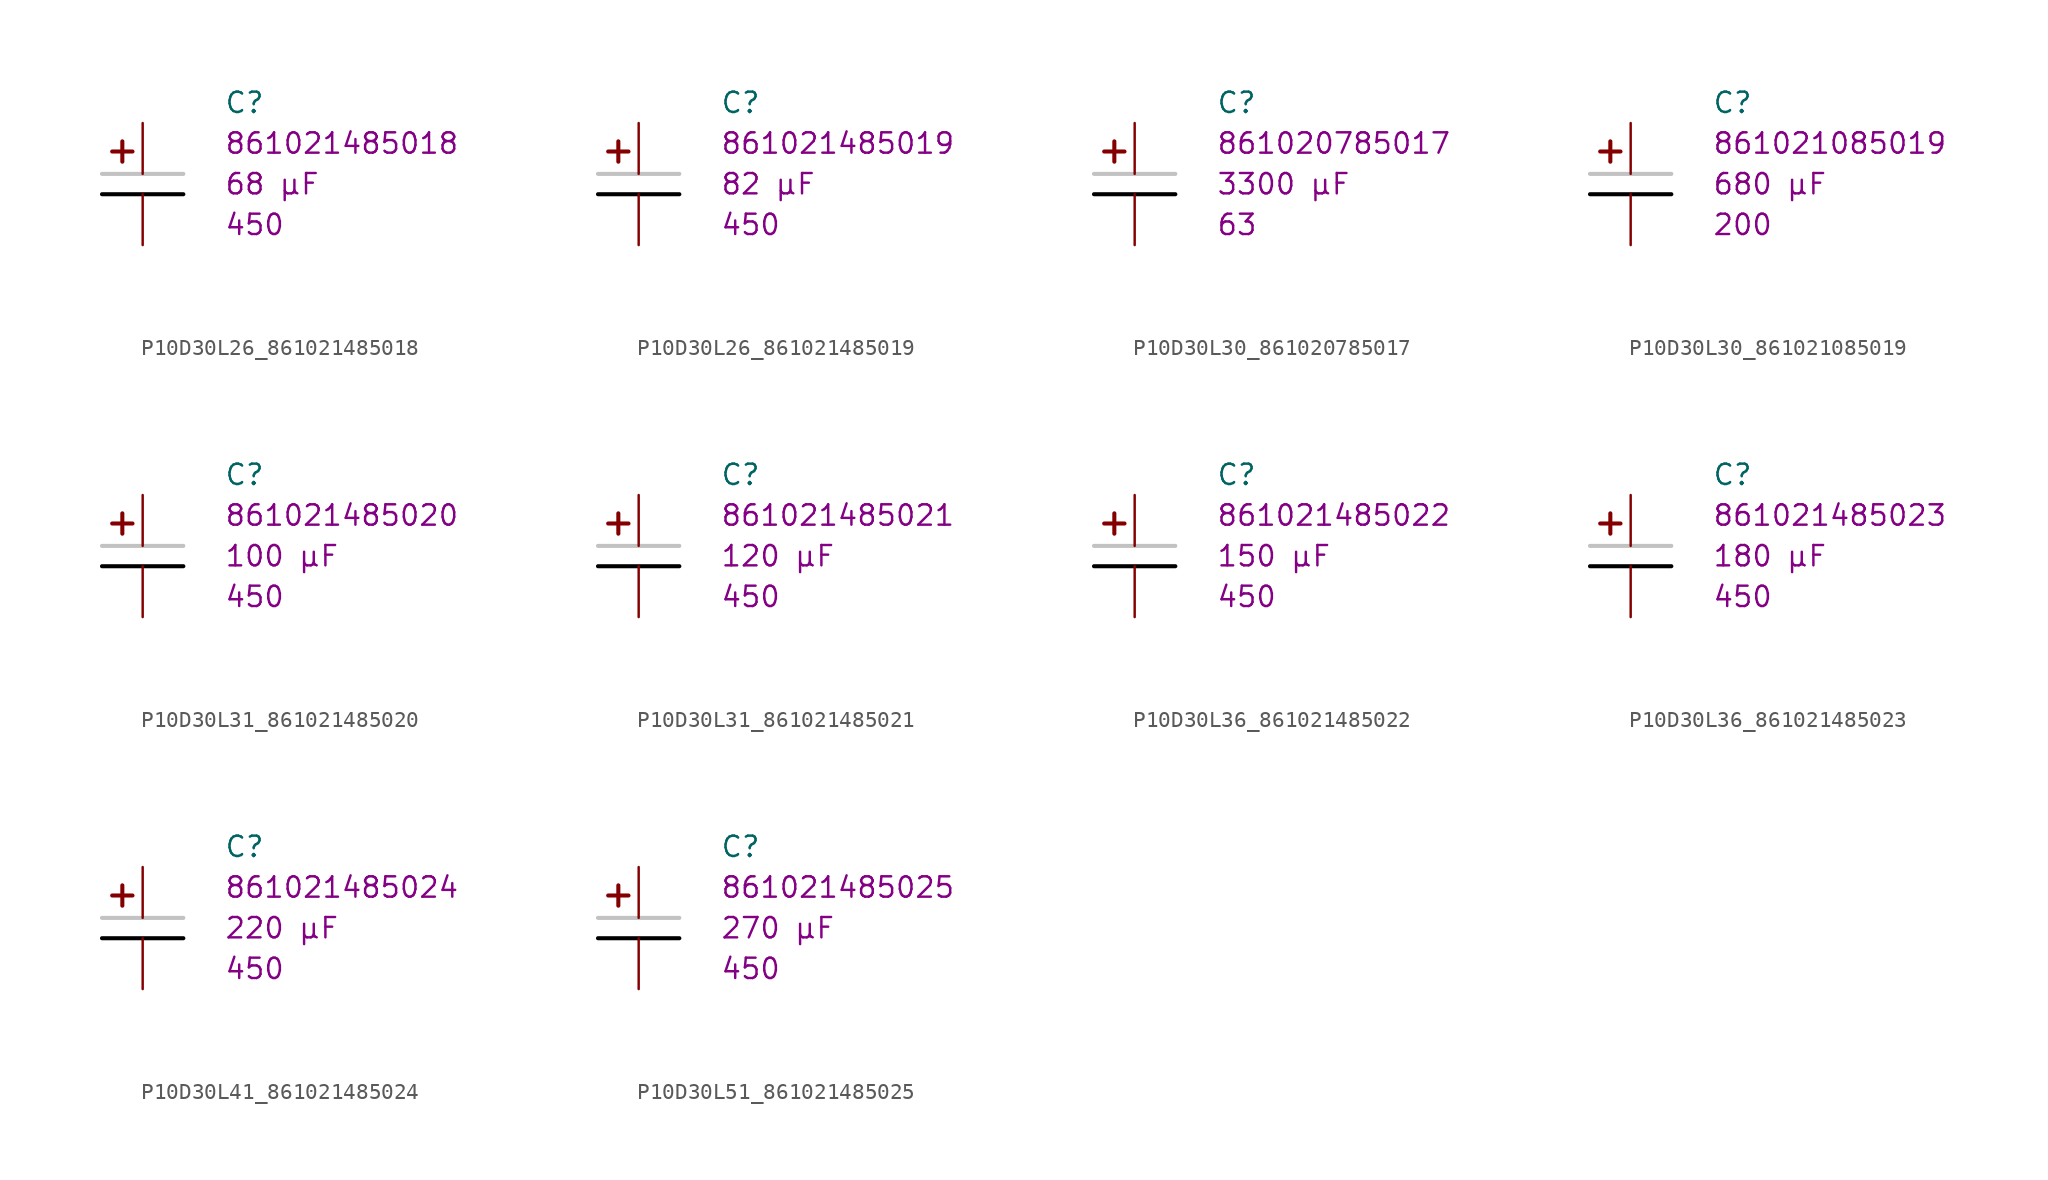
<source format=kicad_sym>
(kicad_symbol_lib
  (version 20220914)
  (generator kicad_symbol_editor)
  (symbol "P10D30L26_861021485018"
    (pin_numbers hide)
    (pin_names hide)
    (property "Reference" "C"
      (at 5.08 5.08 0)
      (effects (font (size 1.27 1.27)) (justify left)))
    (property "Part Number" "861021485018"
      (at 5.08 2.54 0)
      (effects (font (size 1.27 1.27)) (justify left)))
    (property "Capacitance" "68 µF"
      (at 5.08 0 0)
      (effects (font (size 1.27 1.27)) (justify left)))
    (property "Voltage" "450"
      (at 5.08 -2.54 0)
      (effects (font (size 1.27 1.27)) (justify left)))
    (property "Critical Parameter" ""
      (at 0 -7.62 0)
      (effects (font (size 1.27 1.27))))
    (symbol "P10D30L26_861021485018_1_1"
      (polyline (pts (xy -1.27 2.667) (xy -1.27 1.397)) (stroke (width 0.254) (type default)) (fill (type none)))
      (polyline (pts (xy -0.635 2.032) (xy -1.905 2.032)) (stroke (width 0.254) (type default)) (fill (type none)))
      (polyline (pts (xy 2.54 -0.635) (xy -2.54 -0.635)) (stroke (width 0.254) (type default) (color 0 0 0 1)) (fill (type none)))
      (polyline (pts (xy 2.54 0.635) (xy -2.54 0.635)) (stroke (width 0.254) (type default) (color 194 194 194 1)) (fill (type none)))
      (pin passive line (at 0 3.81 270) (length 3.175) (name "1" (effects (font (size 1.27 1.27)))) (number "1" (effects (font (size 1.27 1.27)))))
      (pin passive line (at 0 -3.81 90) (length 3.175) (name "2" (effects (font (size 1.27 1.27)))) (number "2" (effects (font (size 1.27 1.27)))))))
  (symbol "P10D30L26_861021485019"
    (pin_numbers hide)
    (pin_names hide)
    (property "Reference" "C"
      (at 5.08 5.08 0)
      (effects (font (size 1.27 1.27)) (justify left)))
    (property "Part Number" "861021485019"
      (at 5.08 2.54 0)
      (effects (font (size 1.27 1.27)) (justify left)))
    (property "Capacitance" "82 µF"
      (at 5.08 0 0)
      (effects (font (size 1.27 1.27)) (justify left)))
    (property "Voltage" "450"
      (at 5.08 -2.54 0)
      (effects (font (size 1.27 1.27)) (justify left)))
    (property "Critical Parameter" ""
      (at 0 -7.62 0)
      (effects (font (size 1.27 1.27))))
    (symbol "P10D30L26_861021485019_1_1"
      (polyline (pts (xy -1.27 2.667) (xy -1.27 1.397)) (stroke (width 0.254) (type default)) (fill (type none)))
      (polyline (pts (xy -0.635 2.032) (xy -1.905 2.032)) (stroke (width 0.254) (type default)) (fill (type none)))
      (polyline (pts (xy 2.54 -0.635) (xy -2.54 -0.635)) (stroke (width 0.254) (type default) (color 0 0 0 1)) (fill (type none)))
      (polyline (pts (xy 2.54 0.635) (xy -2.54 0.635)) (stroke (width 0.254) (type default) (color 194 194 194 1)) (fill (type none)))
      (pin passive line (at 0 3.81 270) (length 3.175) (name "1" (effects (font (size 1.27 1.27)))) (number "1" (effects (font (size 1.27 1.27)))))
      (pin passive line (at 0 -3.81 90) (length 3.175) (name "2" (effects (font (size 1.27 1.27)))) (number "2" (effects (font (size 1.27 1.27)))))))
  (symbol "P10D30L30_861020785017"
    (pin_numbers hide)
    (pin_names hide)
    (property "Reference" "C"
      (at 5.08 5.08 0)
      (effects (font (size 1.27 1.27)) (justify left)))
    (property "Part Number" "861020785017"
      (at 5.08 2.54 0)
      (effects (font (size 1.27 1.27)) (justify left)))
    (property "Capacitance" "3300 µF"
      (at 5.08 0 0)
      (effects (font (size 1.27 1.27)) (justify left)))
    (property "Voltage" "63"
      (at 5.08 -2.54 0)
      (effects (font (size 1.27 1.27)) (justify left)))
    (property "Critical Parameter" ""
      (at 0 -7.62 0)
      (effects (font (size 1.27 1.27))))
    (symbol "P10D30L30_861020785017_1_1"
      (polyline (pts (xy -1.27 2.667) (xy -1.27 1.397)) (stroke (width 0.254) (type default)) (fill (type none)))
      (polyline (pts (xy -0.635 2.032) (xy -1.905 2.032)) (stroke (width 0.254) (type default)) (fill (type none)))
      (polyline (pts (xy 2.54 -0.635) (xy -2.54 -0.635)) (stroke (width 0.254) (type default) (color 0 0 0 1)) (fill (type none)))
      (polyline (pts (xy 2.54 0.635) (xy -2.54 0.635)) (stroke (width 0.254) (type default) (color 194 194 194 1)) (fill (type none)))
      (pin passive line (at 0 3.81 270) (length 3.175) (name "1" (effects (font (size 1.27 1.27)))) (number "1" (effects (font (size 1.27 1.27)))))
      (pin passive line (at 0 -3.81 90) (length 3.175) (name "2" (effects (font (size 1.27 1.27)))) (number "2" (effects (font (size 1.27 1.27)))))))
  (symbol "P10D30L30_861021085019"
    (pin_numbers hide)
    (pin_names hide)
    (property "Reference" "C"
      (at 5.08 5.08 0)
      (effects (font (size 1.27 1.27)) (justify left)))
    (property "Part Number" "861021085019"
      (at 5.08 2.54 0)
      (effects (font (size 1.27 1.27)) (justify left)))
    (property "Capacitance" "680 µF"
      (at 5.08 0 0)
      (effects (font (size 1.27 1.27)) (justify left)))
    (property "Voltage" "200"
      (at 5.08 -2.54 0)
      (effects (font (size 1.27 1.27)) (justify left)))
    (property "Critical Parameter" ""
      (at 0 -7.62 0)
      (effects (font (size 1.27 1.27))))
    (symbol "P10D30L30_861021085019_1_1"
      (polyline (pts (xy -1.27 2.667) (xy -1.27 1.397)) (stroke (width 0.254) (type default)) (fill (type none)))
      (polyline (pts (xy -0.635 2.032) (xy -1.905 2.032)) (stroke (width 0.254) (type default)) (fill (type none)))
      (polyline (pts (xy 2.54 -0.635) (xy -2.54 -0.635)) (stroke (width 0.254) (type default) (color 0 0 0 1)) (fill (type none)))
      (polyline (pts (xy 2.54 0.635) (xy -2.54 0.635)) (stroke (width 0.254) (type default) (color 194 194 194 1)) (fill (type none)))
      (pin passive line (at 0 3.81 270) (length 3.175) (name "1" (effects (font (size 1.27 1.27)))) (number "1" (effects (font (size 1.27 1.27)))))
      (pin passive line (at 0 -3.81 90) (length 3.175) (name "2" (effects (font (size 1.27 1.27)))) (number "2" (effects (font (size 1.27 1.27)))))))
  (symbol "P10D30L31_861021485020"
    (pin_numbers hide)
    (pin_names hide)
    (property "Reference" "C"
      (at 5.08 5.08 0)
      (effects (font (size 1.27 1.27)) (justify left)))
    (property "Part Number" "861021485020"
      (at 5.08 2.54 0)
      (effects (font (size 1.27 1.27)) (justify left)))
    (property "Capacitance" "100 µF"
      (at 5.08 0 0)
      (effects (font (size 1.27 1.27)) (justify left)))
    (property "Voltage" "450"
      (at 5.08 -2.54 0)
      (effects (font (size 1.27 1.27)) (justify left)))
    (property "Critical Parameter" ""
      (at 0 -7.62 0)
      (effects (font (size 1.27 1.27))))
    (symbol "P10D30L31_861021485020_1_1"
      (polyline (pts (xy -1.27 2.667) (xy -1.27 1.397)) (stroke (width 0.254) (type default)) (fill (type none)))
      (polyline (pts (xy -0.635 2.032) (xy -1.905 2.032)) (stroke (width 0.254) (type default)) (fill (type none)))
      (polyline (pts (xy 2.54 -0.635) (xy -2.54 -0.635)) (stroke (width 0.254) (type default) (color 0 0 0 1)) (fill (type none)))
      (polyline (pts (xy 2.54 0.635) (xy -2.54 0.635)) (stroke (width 0.254) (type default) (color 194 194 194 1)) (fill (type none)))
      (pin passive line (at 0 3.81 270) (length 3.175) (name "1" (effects (font (size 1.27 1.27)))) (number "1" (effects (font (size 1.27 1.27)))))
      (pin passive line (at 0 -3.81 90) (length 3.175) (name "2" (effects (font (size 1.27 1.27)))) (number "2" (effects (font (size 1.27 1.27)))))))
  (symbol "P10D30L31_861021485021"
    (pin_numbers hide)
    (pin_names hide)
    (property "Reference" "C"
      (at 5.08 5.08 0)
      (effects (font (size 1.27 1.27)) (justify left)))
    (property "Part Number" "861021485021"
      (at 5.08 2.54 0)
      (effects (font (size 1.27 1.27)) (justify left)))
    (property "Capacitance" "120 µF"
      (at 5.08 0 0)
      (effects (font (size 1.27 1.27)) (justify left)))
    (property "Voltage" "450"
      (at 5.08 -2.54 0)
      (effects (font (size 1.27 1.27)) (justify left)))
    (property "Critical Parameter" ""
      (at 0 -7.62 0)
      (effects (font (size 1.27 1.27))))
    (symbol "P10D30L31_861021485021_1_1"
      (polyline (pts (xy -1.27 2.667) (xy -1.27 1.397)) (stroke (width 0.254) (type default)) (fill (type none)))
      (polyline (pts (xy -0.635 2.032) (xy -1.905 2.032)) (stroke (width 0.254) (type default)) (fill (type none)))
      (polyline (pts (xy 2.54 -0.635) (xy -2.54 -0.635)) (stroke (width 0.254) (type default) (color 0 0 0 1)) (fill (type none)))
      (polyline (pts (xy 2.54 0.635) (xy -2.54 0.635)) (stroke (width 0.254) (type default) (color 194 194 194 1)) (fill (type none)))
      (pin passive line (at 0 3.81 270) (length 3.175) (name "1" (effects (font (size 1.27 1.27)))) (number "1" (effects (font (size 1.27 1.27)))))
      (pin passive line (at 0 -3.81 90) (length 3.175) (name "2" (effects (font (size 1.27 1.27)))) (number "2" (effects (font (size 1.27 1.27)))))))
  (symbol "P10D30L36_861021485022"
    (pin_numbers hide)
    (pin_names hide)
    (property "Reference" "C"
      (at 5.08 5.08 0)
      (effects (font (size 1.27 1.27)) (justify left)))
    (property "Part Number" "861021485022"
      (at 5.08 2.54 0)
      (effects (font (size 1.27 1.27)) (justify left)))
    (property "Capacitance" "150 µF"
      (at 5.08 0 0)
      (effects (font (size 1.27 1.27)) (justify left)))
    (property "Voltage" "450"
      (at 5.08 -2.54 0)
      (effects (font (size 1.27 1.27)) (justify left)))
    (property "Critical Parameter" ""
      (at 0 -7.62 0)
      (effects (font (size 1.27 1.27))))
    (symbol "P10D30L36_861021485022_1_1"
      (polyline (pts (xy -1.27 2.667) (xy -1.27 1.397)) (stroke (width 0.254) (type default)) (fill (type none)))
      (polyline (pts (xy -0.635 2.032) (xy -1.905 2.032)) (stroke (width 0.254) (type default)) (fill (type none)))
      (polyline (pts (xy 2.54 -0.635) (xy -2.54 -0.635)) (stroke (width 0.254) (type default) (color 0 0 0 1)) (fill (type none)))
      (polyline (pts (xy 2.54 0.635) (xy -2.54 0.635)) (stroke (width 0.254) (type default) (color 194 194 194 1)) (fill (type none)))
      (pin passive line (at 0 3.81 270) (length 3.175) (name "1" (effects (font (size 1.27 1.27)))) (number "1" (effects (font (size 1.27 1.27)))))
      (pin passive line (at 0 -3.81 90) (length 3.175) (name "2" (effects (font (size 1.27 1.27)))) (number "2" (effects (font (size 1.27 1.27)))))))
  (symbol "P10D30L36_861021485023"
    (pin_numbers hide)
    (pin_names hide)
    (property "Reference" "C"
      (at 5.08 5.08 0)
      (effects (font (size 1.27 1.27)) (justify left)))
    (property "Part Number" "861021485023"
      (at 5.08 2.54 0)
      (effects (font (size 1.27 1.27)) (justify left)))
    (property "Capacitance" "180 µF"
      (at 5.08 0 0)
      (effects (font (size 1.27 1.27)) (justify left)))
    (property "Voltage" "450"
      (at 5.08 -2.54 0)
      (effects (font (size 1.27 1.27)) (justify left)))
    (property "Critical Parameter" ""
      (at 0 -7.62 0)
      (effects (font (size 1.27 1.27))))
    (symbol "P10D30L36_861021485023_1_1"
      (polyline (pts (xy -1.27 2.667) (xy -1.27 1.397)) (stroke (width 0.254) (type default)) (fill (type none)))
      (polyline (pts (xy -0.635 2.032) (xy -1.905 2.032)) (stroke (width 0.254) (type default)) (fill (type none)))
      (polyline (pts (xy 2.54 -0.635) (xy -2.54 -0.635)) (stroke (width 0.254) (type default) (color 0 0 0 1)) (fill (type none)))
      (polyline (pts (xy 2.54 0.635) (xy -2.54 0.635)) (stroke (width 0.254) (type default) (color 194 194 194 1)) (fill (type none)))
      (pin passive line (at 0 3.81 270) (length 3.175) (name "1" (effects (font (size 1.27 1.27)))) (number "1" (effects (font (size 1.27 1.27)))))
      (pin passive line (at 0 -3.81 90) (length 3.175) (name "2" (effects (font (size 1.27 1.27)))) (number "2" (effects (font (size 1.27 1.27)))))))
  (symbol "P10D30L41_861021485024"
    (pin_numbers hide)
    (pin_names hide)
    (property "Reference" "C"
      (at 5.08 5.08 0)
      (effects (font (size 1.27 1.27)) (justify left)))
    (property "Part Number" "861021485024"
      (at 5.08 2.54 0)
      (effects (font (size 1.27 1.27)) (justify left)))
    (property "Capacitance" "220 µF"
      (at 5.08 0 0)
      (effects (font (size 1.27 1.27)) (justify left)))
    (property "Voltage" "450"
      (at 5.08 -2.54 0)
      (effects (font (size 1.27 1.27)) (justify left)))
    (property "Critical Parameter" ""
      (at 0 -7.62 0)
      (effects (font (size 1.27 1.27))))
    (symbol "P10D30L41_861021485024_1_1"
      (polyline (pts (xy -1.27 2.667) (xy -1.27 1.397)) (stroke (width 0.254) (type default)) (fill (type none)))
      (polyline (pts (xy -0.635 2.032) (xy -1.905 2.032)) (stroke (width 0.254) (type default)) (fill (type none)))
      (polyline (pts (xy 2.54 -0.635) (xy -2.54 -0.635)) (stroke (width 0.254) (type default) (color 0 0 0 1)) (fill (type none)))
      (polyline (pts (xy 2.54 0.635) (xy -2.54 0.635)) (stroke (width 0.254) (type default) (color 194 194 194 1)) (fill (type none)))
      (pin passive line (at 0 3.81 270) (length 3.175) (name "1" (effects (font (size 1.27 1.27)))) (number "1" (effects (font (size 1.27 1.27)))))
      (pin passive line (at 0 -3.81 90) (length 3.175) (name "2" (effects (font (size 1.27 1.27)))) (number "2" (effects (font (size 1.27 1.27)))))))
  (symbol "P10D30L51_861021485025"
    (pin_numbers hide)
    (pin_names hide)
    (property "Reference" "C"
      (at 5.08 5.08 0)
      (effects (font (size 1.27 1.27)) (justify left)))
    (property "Part Number" "861021485025"
      (at 5.08 2.54 0)
      (effects (font (size 1.27 1.27)) (justify left)))
    (property "Capacitance" "270 µF"
      (at 5.08 0 0)
      (effects (font (size 1.27 1.27)) (justify left)))
    (property "Voltage" "450"
      (at 5.08 -2.54 0)
      (effects (font (size 1.27 1.27)) (justify left)))
    (property "Critical Parameter" ""
      (at 0 -7.62 0)
      (effects (font (size 1.27 1.27))))
    (symbol "P10D30L51_861021485025_1_1"
      (polyline (pts (xy -1.27 2.667) (xy -1.27 1.397)) (stroke (width 0.254) (type default)) (fill (type none)))
      (polyline (pts (xy -0.635 2.032) (xy -1.905 2.032)) (stroke (width 0.254) (type default)) (fill (type none)))
      (polyline (pts (xy 2.54 -0.635) (xy -2.54 -0.635)) (stroke (width 0.254) (type default) (color 0 0 0 1)) (fill (type none)))
      (polyline (pts (xy 2.54 0.635) (xy -2.54 0.635)) (stroke (width 0.254) (type default) (color 194 194 194 1)) (fill (type none)))
      (pin passive line (at 0 3.81 270) (length 3.175) (name "1" (effects (font (size 1.27 1.27)))) (number "1" (effects (font (size 1.27 1.27)))))
      (pin passive line (at 0 -3.81 90) (length 3.175) (name "2" (effects (font (size 1.27 1.27)))) (number "2" (effects (font (size 1.27 1.27))))))))
</source>
